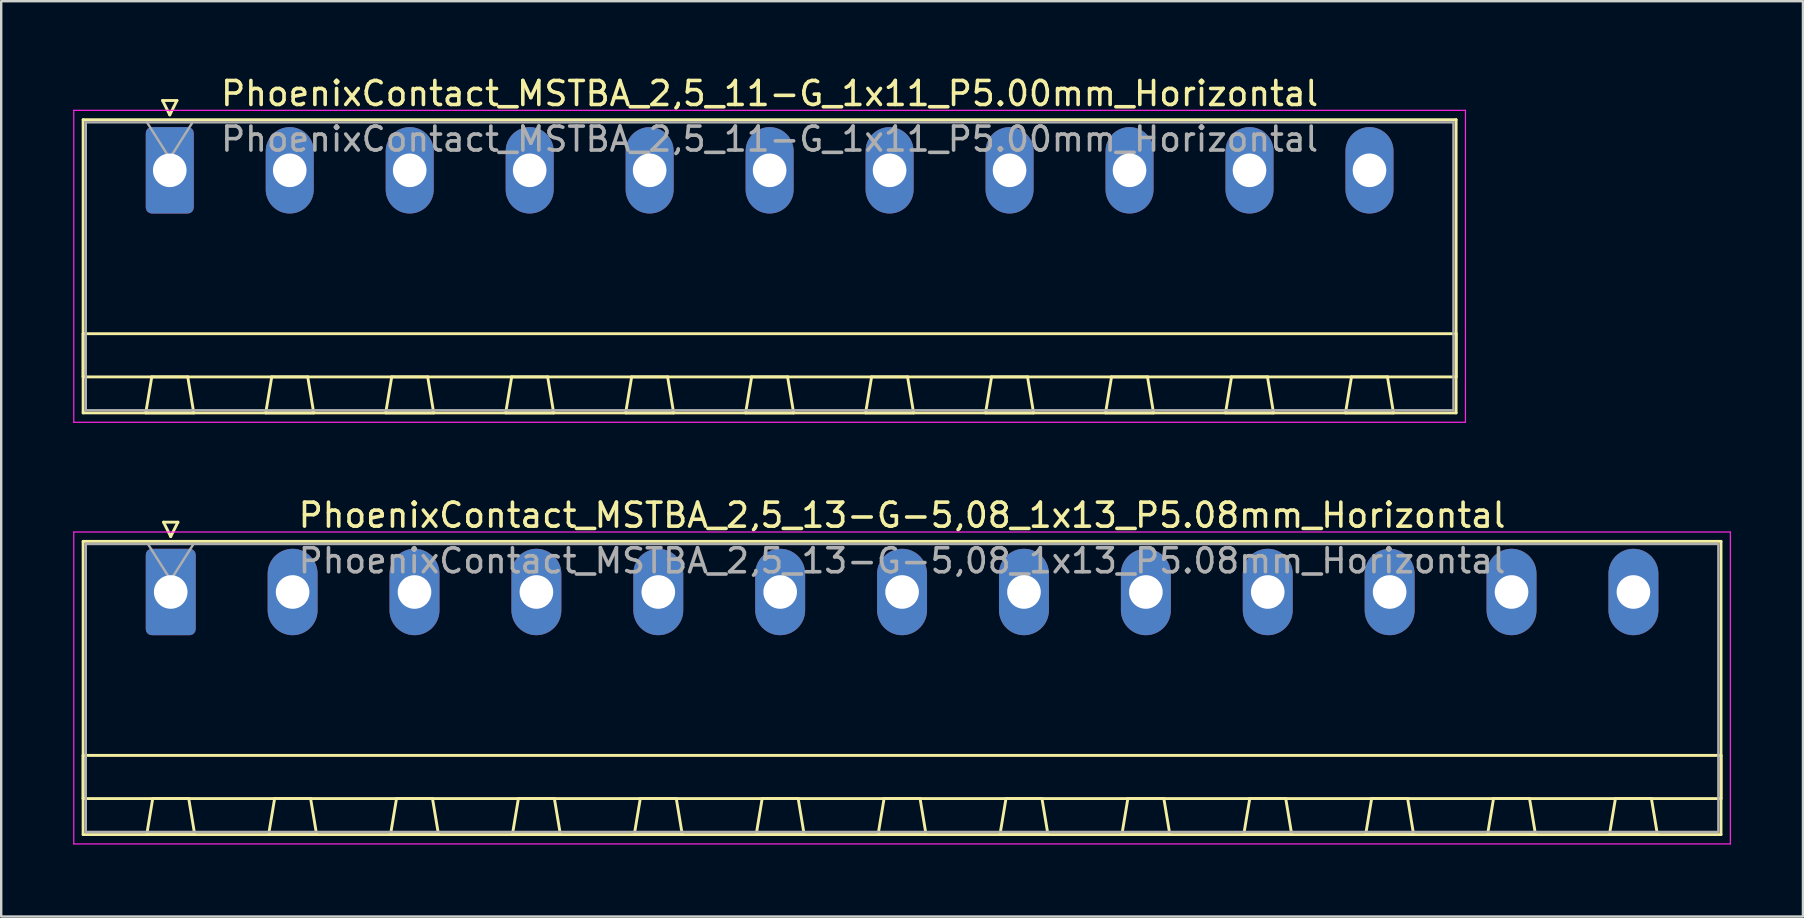
<source format=kicad_pcb>
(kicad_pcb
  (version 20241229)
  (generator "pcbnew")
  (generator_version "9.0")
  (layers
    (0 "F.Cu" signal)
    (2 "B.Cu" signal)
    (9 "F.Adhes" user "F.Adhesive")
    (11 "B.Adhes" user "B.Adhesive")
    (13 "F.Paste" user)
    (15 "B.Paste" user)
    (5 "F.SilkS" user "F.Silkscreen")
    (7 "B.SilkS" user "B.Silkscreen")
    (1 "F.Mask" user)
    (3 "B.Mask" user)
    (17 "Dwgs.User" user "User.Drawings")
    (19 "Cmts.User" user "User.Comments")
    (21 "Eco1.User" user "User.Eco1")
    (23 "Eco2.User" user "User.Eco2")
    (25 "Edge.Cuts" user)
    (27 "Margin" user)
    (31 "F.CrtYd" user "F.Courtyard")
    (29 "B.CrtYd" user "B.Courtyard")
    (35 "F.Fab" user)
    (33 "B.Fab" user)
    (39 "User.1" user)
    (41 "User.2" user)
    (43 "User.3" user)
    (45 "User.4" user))
  (footprint "PhoenixContact_MSTBA_2,5_11-G_1x11_P5.00mm_Horizontal"
    (layer "F.Cu")
    (at 4.025 4.048)
    (property "Reference" "PhoenixContact_MSTBA_2,5_11-G_1x11_P5.00mm_Horizontal" (at 25 -3.2 0) (layer "F.SilkS") (effects (font (size 1 1) (thickness 0.15))))
    (attr through_hole)
    (fp_line (start -3.61 -2.11) (end -3.61 10.11) (stroke (width 0.12) (type solid)) (layer "F.SilkS"))
    (fp_line (start -3.61 6.81) (end 53.61 6.81) (stroke (width 0.12) (type solid)) (layer "F.SilkS"))
    (fp_line (start -3.61 8.61) (end -3.61 6.81) (stroke (width 0.12) (type solid)) (layer "F.SilkS"))
    (fp_line (start -3.61 10.11) (end 53.61 10.11) (stroke (width 0.12) (type solid)) (layer "F.SilkS"))
    (fp_line (start -1 10.11) (end 1 10.11) (stroke (width 0.12) (type solid)) (layer "F.SilkS"))
    (fp_line (start -0.75 8.61) (end -1 10.11) (stroke (width 0.12) (type solid)) (layer "F.SilkS"))
    (fp_line (start -0.3 -2.91) (end 0.3 -2.91) (stroke (width 0.12) (type solid)) (layer "F.SilkS"))
    (fp_line (start 0 -2.31) (end -0.3 -2.91) (stroke (width 0.12) (type solid)) (layer "F.SilkS"))
    (fp_line (start 0.3 -2.91) (end 0 -2.31) (stroke (width 0.12) (type solid)) (layer "F.SilkS"))
    (fp_line (start 0.75 8.61) (end -0.75 8.61) (stroke (width 0.12) (type solid)) (layer "F.SilkS"))
    (fp_line (start 1 10.11) (end 0.75 8.61) (stroke (width 0.12) (type solid)) (layer "F.SilkS"))
    (fp_line (start 4 10.11) (end 6 10.11) (stroke (width 0.12) (type solid)) (layer "F.SilkS"))
    (fp_line (start 4.25 8.61) (end 4 10.11) (stroke (width 0.12) (type solid)) (layer "F.SilkS"))
    (fp_line (start 5.75 8.61) (end 4.25 8.61) (stroke (width 0.12) (type solid)) (layer "F.SilkS"))
    (fp_line (start 6 10.11) (end 5.75 8.61) (stroke (width 0.12) (type solid)) (layer "F.SilkS"))
    (fp_line (start 9 10.11) (end 11 10.11) (stroke (width 0.12) (type solid)) (layer "F.SilkS"))
    (fp_line (start 9.25 8.61) (end 9 10.11) (stroke (width 0.12) (type solid)) (layer "F.SilkS"))
    (fp_line (start 10.75 8.61) (end 9.25 8.61) (stroke (width 0.12) (type solid)) (layer "F.SilkS"))
    (fp_line (start 11 10.11) (end 10.75 8.61) (stroke (width 0.12) (type solid)) (layer "F.SilkS"))
    (fp_line (start 14 10.11) (end 16 10.11) (stroke (width 0.12) (type solid)) (layer "F.SilkS"))
    (fp_line (start 14.25 8.61) (end 14 10.11) (stroke (width 0.12) (type solid)) (layer "F.SilkS"))
    (fp_line (start 15.75 8.61) (end 14.25 8.61) (stroke (width 0.12) (type solid)) (layer "F.SilkS"))
    (fp_line (start 16 10.11) (end 15.75 8.61) (stroke (width 0.12) (type solid)) (layer "F.SilkS"))
    (fp_line (start 19 10.11) (end 21 10.11) (stroke (width 0.12) (type solid)) (layer "F.SilkS"))
    (fp_line (start 19.25 8.61) (end 19 10.11) (stroke (width 0.12) (type solid)) (layer "F.SilkS"))
    (fp_line (start 20.75 8.61) (end 19.25 8.61) (stroke (width 0.12) (type solid)) (layer "F.SilkS"))
    (fp_line (start 21 10.11) (end 20.75 8.61) (stroke (width 0.12) (type solid)) (layer "F.SilkS"))
    (fp_line (start 24 10.11) (end 26 10.11) (stroke (width 0.12) (type solid)) (layer "F.SilkS"))
    (fp_line (start 24.25 8.61) (end 24 10.11) (stroke (width 0.12) (type solid)) (layer "F.SilkS"))
    (fp_line (start 25.75 8.61) (end 24.25 8.61) (stroke (width 0.12) (type solid)) (layer "F.SilkS"))
    (fp_line (start 26 10.11) (end 25.75 8.61) (stroke (width 0.12) (type solid)) (layer "F.SilkS"))
    (fp_line (start 29 10.11) (end 31 10.11) (stroke (width 0.12) (type solid)) (layer "F.SilkS"))
    (fp_line (start 29.25 8.61) (end 29 10.11) (stroke (width 0.12) (type solid)) (layer "F.SilkS"))
    (fp_line (start 30.75 8.61) (end 29.25 8.61) (stroke (width 0.12) (type solid)) (layer "F.SilkS"))
    (fp_line (start 31 10.11) (end 30.75 8.61) (stroke (width 0.12) (type solid)) (layer "F.SilkS"))
    (fp_line (start 34 10.11) (end 36 10.11) (stroke (width 0.12) (type solid)) (layer "F.SilkS"))
    (fp_line (start 34.25 8.61) (end 34 10.11) (stroke (width 0.12) (type solid)) (layer "F.SilkS"))
    (fp_line (start 35.75 8.61) (end 34.25 8.61) (stroke (width 0.12) (type solid)) (layer "F.SilkS"))
    (fp_line (start 36 10.11) (end 35.75 8.61) (stroke (width 0.12) (type solid)) (layer "F.SilkS"))
    (fp_line (start 39 10.11) (end 41 10.11) (stroke (width 0.12) (type solid)) (layer "F.SilkS"))
    (fp_line (start 39.25 8.61) (end 39 10.11) (stroke (width 0.12) (type solid)) (layer "F.SilkS"))
    (fp_line (start 40.75 8.61) (end 39.25 8.61) (stroke (width 0.12) (type solid)) (layer "F.SilkS"))
    (fp_line (start 41 10.11) (end 40.75 8.61) (stroke (width 0.12) (type solid)) (layer "F.SilkS"))
    (fp_line (start 44 10.11) (end 46 10.11) (stroke (width 0.12) (type solid)) (layer "F.SilkS"))
    (fp_line (start 44.25 8.61) (end 44 10.11) (stroke (width 0.12) (type solid)) (layer "F.SilkS"))
    (fp_line (start 45.75 8.61) (end 44.25 8.61) (stroke (width 0.12) (type solid)) (layer "F.SilkS"))
    (fp_line (start 46 10.11) (end 45.75 8.61) (stroke (width 0.12) (type solid)) (layer "F.SilkS"))
    (fp_line (start 49 10.11) (end 51 10.11) (stroke (width 0.12) (type solid)) (layer "F.SilkS"))
    (fp_line (start 49.25 8.61) (end 49 10.11) (stroke (width 0.12) (type solid)) (layer "F.SilkS"))
    (fp_line (start 50.75 8.61) (end 49.25 8.61) (stroke (width 0.12) (type solid)) (layer "F.SilkS"))
    (fp_line (start 51 10.11) (end 50.75 8.61) (stroke (width 0.12) (type solid)) (layer "F.SilkS"))
    (fp_line (start 53.61 -2.11) (end -3.61 -2.11) (stroke (width 0.12) (type solid)) (layer "F.SilkS"))
    (fp_line (start 53.61 6.81) (end 53.61 8.61) (stroke (width 0.12) (type solid)) (layer "F.SilkS"))
    (fp_line (start 53.61 8.61) (end -3.61 8.61) (stroke (width 0.12) (type solid)) (layer "F.SilkS"))
    (fp_line (start 53.61 10.11) (end 53.61 -2.11) (stroke (width 0.12) (type solid)) (layer "F.SilkS"))
    (fp_line (start -4 -2.5) (end -4 10.5) (stroke (width 0.05) (type solid)) (layer "F.CrtYd"))
    (fp_line (start -4 10.5) (end 54 10.5) (stroke (width 0.05) (type solid)) (layer "F.CrtYd"))
    (fp_line (start 54 -2.5) (end -4 -2.5) (stroke (width 0.05) (type solid)) (layer "F.CrtYd"))
    (fp_line (start 54 10.5) (end 54 -2.5) (stroke (width 0.05) (type solid)) (layer "F.CrtYd"))
    (fp_line (start -3.5 -2) (end -3.5 10) (stroke (width 0.1) (type solid)) (layer "F.Fab"))
    (fp_line (start -3.5 10) (end 53.5 10) (stroke (width 0.1) (type solid)) (layer "F.Fab"))
    (fp_line (start 0 -0.5) (end -0.95 -2) (stroke (width 0.1) (type solid)) (layer "F.Fab"))
    (fp_line (start 0.95 -2) (end 0 -0.5) (stroke (width 0.1) (type solid)) (layer "F.Fab"))
    (fp_line (start 53.5 -2) (end -3.5 -2) (stroke (width 0.1) (type solid)) (layer "F.Fab"))
    (fp_line (start 53.5 10) (end 53.5 -2) (stroke (width 0.1) (type solid)) (layer "F.Fab"))
    (fp_text user "${REFERENCE}" (at 25 -1.3 0) (layer "F.Fab") (effects (font (size 1 1) (thickness 0.15))))
    (pad "1" thru_hole roundrect (at 0 0) (size 2 3.6) (drill 1.4) (layers "*.Cu" "*.Mask") (roundrect_rratio 0.125))
    (pad "2" thru_hole oval (at 5 0) (size 2 3.6) (drill 1.4) (layers "*.Cu" "*.Mask"))
    (pad "3" thru_hole oval (at 10 0) (size 2 3.6) (drill 1.4) (layers "*.Cu" "*.Mask"))
    (pad "4" thru_hole oval (at 15 0) (size 2 3.6) (drill 1.4) (layers "*.Cu" "*.Mask"))
    (pad "5" thru_hole oval (at 20 0) (size 2 3.6) (drill 1.4) (layers "*.Cu" "*.Mask"))
    (pad "6" thru_hole oval (at 25 0) (size 2 3.6) (drill 1.4) (layers "*.Cu" "*.Mask"))
    (pad "7" thru_hole oval (at 30 0) (size 2 3.6) (drill 1.4) (layers "*.Cu" "*.Mask"))
    (pad "8" thru_hole oval (at 35 0) (size 2 3.6) (drill 1.4) (layers "*.Cu" "*.Mask"))
    (pad "9" thru_hole oval (at 40 0) (size 2 3.6) (drill 1.4) (layers "*.Cu" "*.Mask"))
    (pad "10" thru_hole oval (at 45 0) (size 2 3.6) (drill 1.4) (layers "*.Cu" "*.Mask"))
    (pad "11" thru_hole oval (at 50 0) (size 2 3.6) (drill 1.4) (layers "*.Cu" "*.Mask")))
  (footprint "PhoenixContact_MSTBA_2,5_13-G-5,08_1x13_P5.08mm_Horizontal"
    (layer "F.Cu")
    (at 4.065 21.622)
    (property "Reference" "PhoenixContact_MSTBA_2,5_13-G-5,08_1x13_P5.08mm_Horizontal" (at 30.48 -3.2 0) (layer "F.SilkS") (effects (font (size 1 1) (thickness 0.15))))
    (attr through_hole)
    (fp_line (start -3.65 -2.11) (end -3.65 10.11) (stroke (width 0.12) (type solid)) (layer "F.SilkS"))
    (fp_line (start -3.65 6.81) (end 64.61 6.81) (stroke (width 0.12) (type solid)) (layer "F.SilkS"))
    (fp_line (start -3.65 8.61) (end -3.65 6.81) (stroke (width 0.12) (type solid)) (layer "F.SilkS"))
    (fp_line (start -3.65 10.11) (end 64.61 10.11) (stroke (width 0.12) (type solid)) (layer "F.SilkS"))
    (fp_line (start -1 10.11) (end 1 10.11) (stroke (width 0.12) (type solid)) (layer "F.SilkS"))
    (fp_line (start -0.75 8.61) (end -1 10.11) (stroke (width 0.12) (type solid)) (layer "F.SilkS"))
    (fp_line (start -0.3 -2.91) (end 0.3 -2.91) (stroke (width 0.12) (type solid)) (layer "F.SilkS"))
    (fp_line (start 0 -2.31) (end -0.3 -2.91) (stroke (width 0.12) (type solid)) (layer "F.SilkS"))
    (fp_line (start 0.3 -2.91) (end 0 -2.31) (stroke (width 0.12) (type solid)) (layer "F.SilkS"))
    (fp_line (start 0.75 8.61) (end -0.75 8.61) (stroke (width 0.12) (type solid)) (layer "F.SilkS"))
    (fp_line (start 1 10.11) (end 0.75 8.61) (stroke (width 0.12) (type solid)) (layer "F.SilkS"))
    (fp_line (start 4.08 10.11) (end 6.08 10.11) (stroke (width 0.12) (type solid)) (layer "F.SilkS"))
    (fp_line (start 4.33 8.61) (end 4.08 10.11) (stroke (width 0.12) (type solid)) (layer "F.SilkS"))
    (fp_line (start 5.83 8.61) (end 4.33 8.61) (stroke (width 0.12) (type solid)) (layer "F.SilkS"))
    (fp_line (start 6.08 10.11) (end 5.83 8.61) (stroke (width 0.12) (type solid)) (layer "F.SilkS"))
    (fp_line (start 9.16 10.11) (end 11.16 10.11) (stroke (width 0.12) (type solid)) (layer "F.SilkS"))
    (fp_line (start 9.41 8.61) (end 9.16 10.11) (stroke (width 0.12) (type solid)) (layer "F.SilkS"))
    (fp_line (start 10.91 8.61) (end 9.41 8.61) (stroke (width 0.12) (type solid)) (layer "F.SilkS"))
    (fp_line (start 11.16 10.11) (end 10.91 8.61) (stroke (width 0.12) (type solid)) (layer "F.SilkS"))
    (fp_line (start 14.24 10.11) (end 16.24 10.11) (stroke (width 0.12) (type solid)) (layer "F.SilkS"))
    (fp_line (start 14.49 8.61) (end 14.24 10.11) (stroke (width 0.12) (type solid)) (layer "F.SilkS"))
    (fp_line (start 15.99 8.61) (end 14.49 8.61) (stroke (width 0.12) (type solid)) (layer "F.SilkS"))
    (fp_line (start 16.24 10.11) (end 15.99 8.61) (stroke (width 0.12) (type solid)) (layer "F.SilkS"))
    (fp_line (start 19.32 10.11) (end 21.32 10.11) (stroke (width 0.12) (type solid)) (layer "F.SilkS"))
    (fp_line (start 19.57 8.61) (end 19.32 10.11) (stroke (width 0.12) (type solid)) (layer "F.SilkS"))
    (fp_line (start 21.07 8.61) (end 19.57 8.61) (stroke (width 0.12) (type solid)) (layer "F.SilkS"))
    (fp_line (start 21.32 10.11) (end 21.07 8.61) (stroke (width 0.12) (type solid)) (layer "F.SilkS"))
    (fp_line (start 24.4 10.11) (end 26.4 10.11) (stroke (width 0.12) (type solid)) (layer "F.SilkS"))
    (fp_line (start 24.65 8.61) (end 24.4 10.11) (stroke (width 0.12) (type solid)) (layer "F.SilkS"))
    (fp_line (start 26.15 8.61) (end 24.65 8.61) (stroke (width 0.12) (type solid)) (layer "F.SilkS"))
    (fp_line (start 26.4 10.11) (end 26.15 8.61) (stroke (width 0.12) (type solid)) (layer "F.SilkS"))
    (fp_line (start 29.48 10.11) (end 31.48 10.11) (stroke (width 0.12) (type solid)) (layer "F.SilkS"))
    (fp_line (start 29.73 8.61) (end 29.48 10.11) (stroke (width 0.12) (type solid)) (layer "F.SilkS"))
    (fp_line (start 31.23 8.61) (end 29.73 8.61) (stroke (width 0.12) (type solid)) (layer "F.SilkS"))
    (fp_line (start 31.48 10.11) (end 31.23 8.61) (stroke (width 0.12) (type solid)) (layer "F.SilkS"))
    (fp_line (start 34.56 10.11) (end 36.56 10.11) (stroke (width 0.12) (type solid)) (layer "F.SilkS"))
    (fp_line (start 34.81 8.61) (end 34.56 10.11) (stroke (width 0.12) (type solid)) (layer "F.SilkS"))
    (fp_line (start 36.31 8.61) (end 34.81 8.61) (stroke (width 0.12) (type solid)) (layer "F.SilkS"))
    (fp_line (start 36.56 10.11) (end 36.31 8.61) (stroke (width 0.12) (type solid)) (layer "F.SilkS"))
    (fp_line (start 39.64 10.11) (end 41.64 10.11) (stroke (width 0.12) (type solid)) (layer "F.SilkS"))
    (fp_line (start 39.89 8.61) (end 39.64 10.11) (stroke (width 0.12) (type solid)) (layer "F.SilkS"))
    (fp_line (start 41.39 8.61) (end 39.89 8.61) (stroke (width 0.12) (type solid)) (layer "F.SilkS"))
    (fp_line (start 41.64 10.11) (end 41.39 8.61) (stroke (width 0.12) (type solid)) (layer "F.SilkS"))
    (fp_line (start 44.72 10.11) (end 46.72 10.11) (stroke (width 0.12) (type solid)) (layer "F.SilkS"))
    (fp_line (start 44.97 8.61) (end 44.72 10.11) (stroke (width 0.12) (type solid)) (layer "F.SilkS"))
    (fp_line (start 46.47 8.61) (end 44.97 8.61) (stroke (width 0.12) (type solid)) (layer "F.SilkS"))
    (fp_line (start 46.72 10.11) (end 46.47 8.61) (stroke (width 0.12) (type solid)) (layer "F.SilkS"))
    (fp_line (start 49.8 10.11) (end 51.8 10.11) (stroke (width 0.12) (type solid)) (layer "F.SilkS"))
    (fp_line (start 50.05 8.61) (end 49.8 10.11) (stroke (width 0.12) (type solid)) (layer "F.SilkS"))
    (fp_line (start 51.55 8.61) (end 50.05 8.61) (stroke (width 0.12) (type solid)) (layer "F.SilkS"))
    (fp_line (start 51.8 10.11) (end 51.55 8.61) (stroke (width 0.12) (type solid)) (layer "F.SilkS"))
    (fp_line (start 54.88 10.11) (end 56.88 10.11) (stroke (width 0.12) (type solid)) (layer "F.SilkS"))
    (fp_line (start 55.13 8.61) (end 54.88 10.11) (stroke (width 0.12) (type solid)) (layer "F.SilkS"))
    (fp_line (start 56.63 8.61) (end 55.13 8.61) (stroke (width 0.12) (type solid)) (layer "F.SilkS"))
    (fp_line (start 56.88 10.11) (end 56.63 8.61) (stroke (width 0.12) (type solid)) (layer "F.SilkS"))
    (fp_line (start 59.96 10.11) (end 61.96 10.11) (stroke (width 0.12) (type solid)) (layer "F.SilkS"))
    (fp_line (start 60.21 8.61) (end 59.96 10.11) (stroke (width 0.12) (type solid)) (layer "F.SilkS"))
    (fp_line (start 61.71 8.61) (end 60.21 8.61) (stroke (width 0.12) (type solid)) (layer "F.SilkS"))
    (fp_line (start 61.96 10.11) (end 61.71 8.61) (stroke (width 0.12) (type solid)) (layer "F.SilkS"))
    (fp_line (start 64.61 -2.11) (end -3.65 -2.11) (stroke (width 0.12) (type solid)) (layer "F.SilkS"))
    (fp_line (start 64.61 6.81) (end 64.61 8.61) (stroke (width 0.12) (type solid)) (layer "F.SilkS"))
    (fp_line (start 64.61 8.61) (end -3.65 8.61) (stroke (width 0.12) (type solid)) (layer "F.SilkS"))
    (fp_line (start 64.61 10.11) (end 64.61 -2.11) (stroke (width 0.12) (type solid)) (layer "F.SilkS"))
    (fp_line (start -4.04 -2.5) (end -4.04 10.5) (stroke (width 0.05) (type solid)) (layer "F.CrtYd"))
    (fp_line (start -4.04 10.5) (end 65 10.5) (stroke (width 0.05) (type solid)) (layer "F.CrtYd"))
    (fp_line (start 65 -2.5) (end -4.04 -2.5) (stroke (width 0.05) (type solid)) (layer "F.CrtYd"))
    (fp_line (start 65 10.5) (end 65 -2.5) (stroke (width 0.05) (type solid)) (layer "F.CrtYd"))
    (fp_line (start -3.54 -2) (end -3.54 10) (stroke (width 0.1) (type solid)) (layer "F.Fab"))
    (fp_line (start -3.54 10) (end 64.5 10) (stroke (width 0.1) (type solid)) (layer "F.Fab"))
    (fp_line (start 0 -0.5) (end -0.95 -2) (stroke (width 0.1) (type solid)) (layer "F.Fab"))
    (fp_line (start 0.95 -2) (end 0 -0.5) (stroke (width 0.1) (type solid)) (layer "F.Fab"))
    (fp_line (start 64.5 -2) (end -3.54 -2) (stroke (width 0.1) (type solid)) (layer "F.Fab"))
    (fp_line (start 64.5 10) (end 64.5 -2) (stroke (width 0.1) (type solid)) (layer "F.Fab"))
    (fp_text user "${REFERENCE}" (at 30.48 -1.3 0) (layer "F.Fab") (effects (font (size 1 1) (thickness 0.15))))
    (pad "1" thru_hole roundrect (at 0 0) (size 2.08 3.6) (drill 1.4) (layers "*.Cu" "*.Mask") (roundrect_rratio 0.12))
    (pad "2" thru_hole oval (at 5.08 0) (size 2.08 3.6) (drill 1.4) (layers "*.Cu" "*.Mask"))
    (pad "3" thru_hole oval (at 10.16 0) (size 2.08 3.6) (drill 1.4) (layers "*.Cu" "*.Mask"))
    (pad "4" thru_hole oval (at 15.24 0) (size 2.08 3.6) (drill 1.4) (layers "*.Cu" "*.Mask"))
    (pad "5" thru_hole oval (at 20.32 0) (size 2.08 3.6) (drill 1.4) (layers "*.Cu" "*.Mask"))
    (pad "6" thru_hole oval (at 25.4 0) (size 2.08 3.6) (drill 1.4) (layers "*.Cu" "*.Mask"))
    (pad "7" thru_hole oval (at 30.48 0) (size 2.08 3.6) (drill 1.4) (layers "*.Cu" "*.Mask"))
    (pad "8" thru_hole oval (at 35.56 0) (size 2.08 3.6) (drill 1.4) (layers "*.Cu" "*.Mask"))
    (pad "9" thru_hole oval (at 40.64 0) (size 2.08 3.6) (drill 1.4) (layers "*.Cu" "*.Mask"))
    (pad "10" thru_hole oval (at 45.72 0) (size 2.08 3.6) (drill 1.4) (layers "*.Cu" "*.Mask"))
    (pad "11" thru_hole oval (at 50.8 0) (size 2.08 3.6) (drill 1.4) (layers "*.Cu" "*.Mask"))
    (pad "12" thru_hole oval (at 55.88 0) (size 2.08 3.6) (drill 1.4) (layers "*.Cu" "*.Mask"))
    (pad "13" thru_hole oval (at 60.96 0) (size 2.08 3.6) (drill 1.4) (layers "*.Cu" "*.Mask")))
  (gr_rect
    (start -3 -3)
    (end 72.09 35.147)
    (stroke (width 0.1) (type default))
    (fill no)
    (layer "Edge.Cuts")))
</source>
